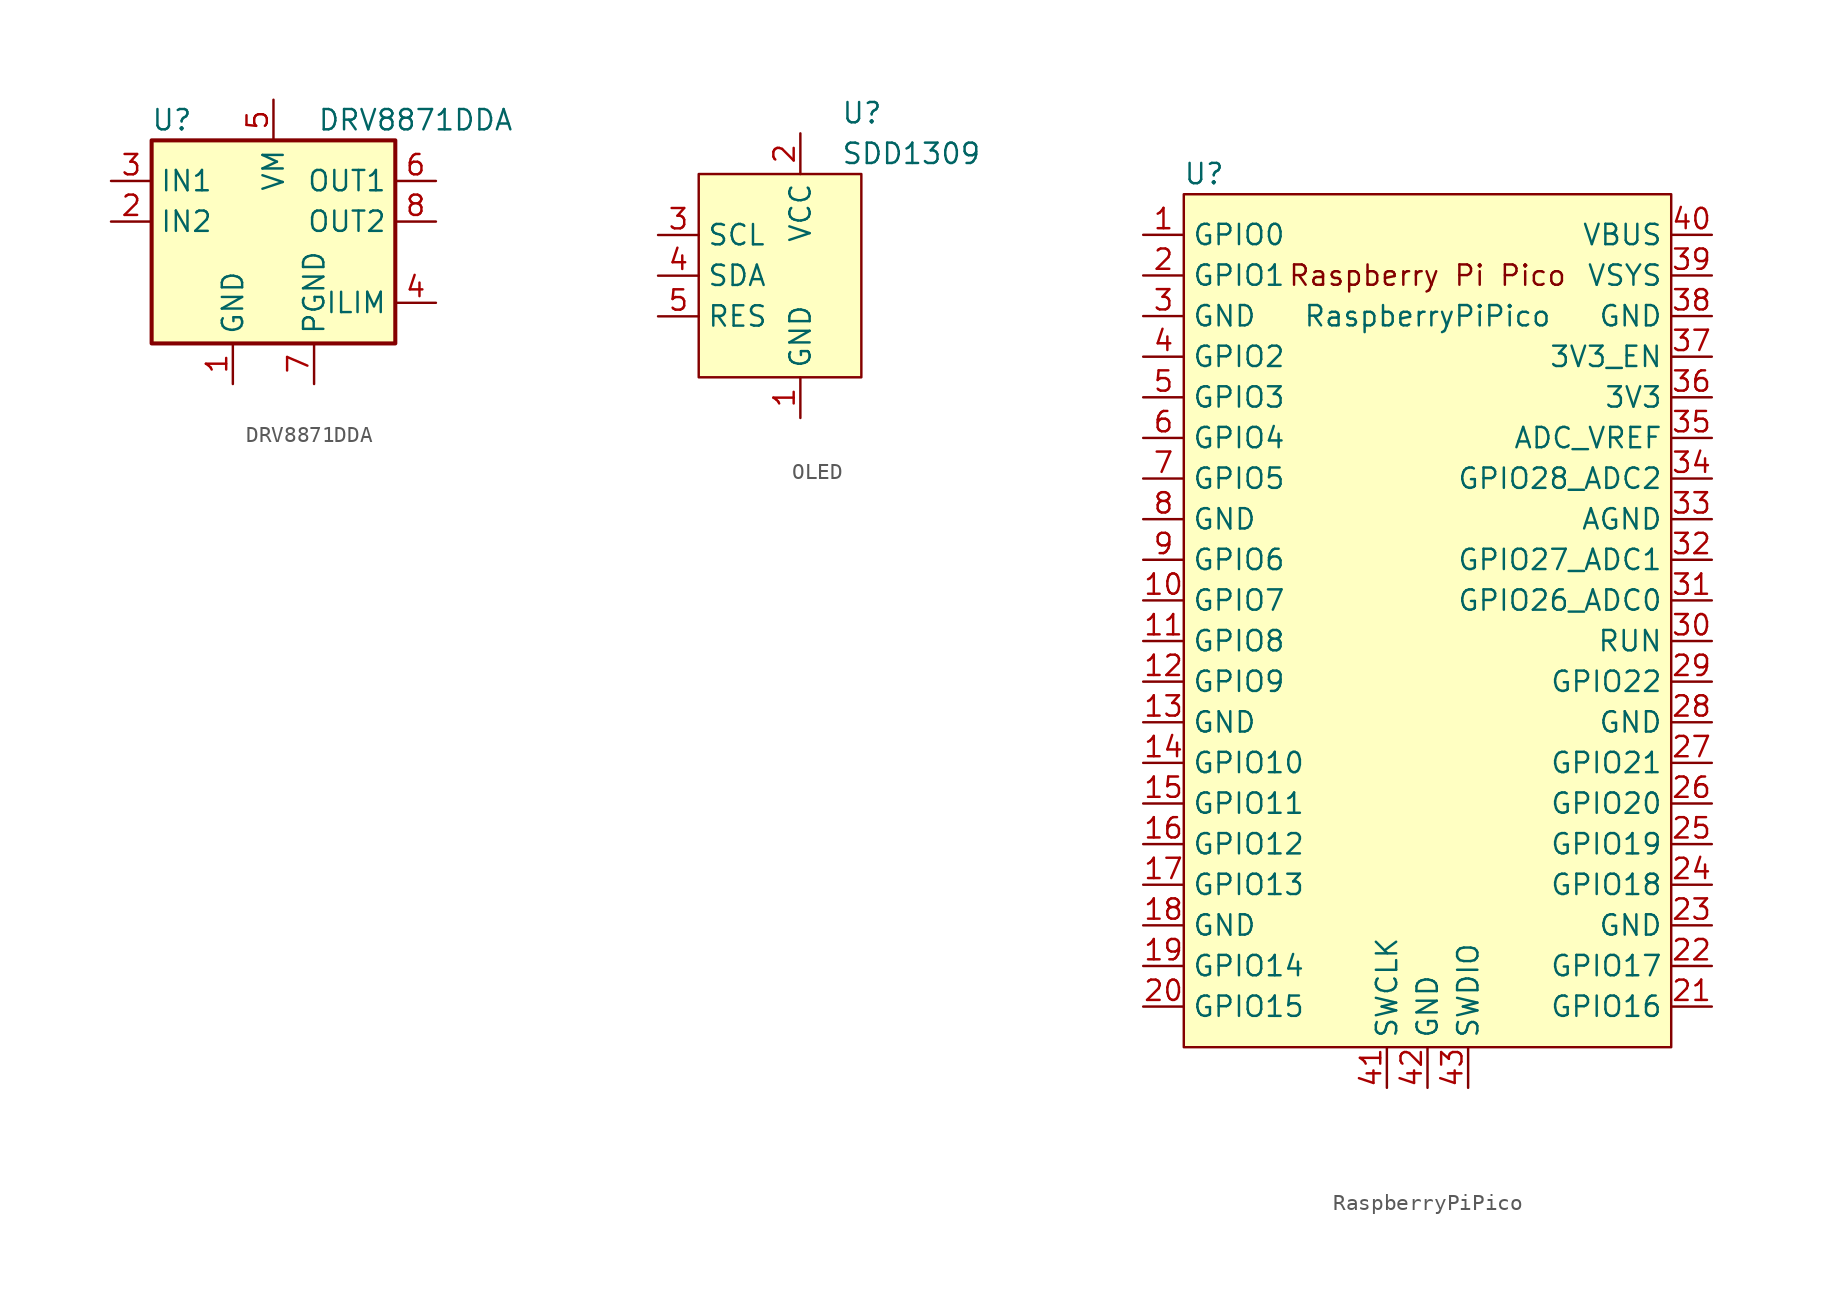
<source format=kicad_sym>
(kicad_symbol_lib
  (version 20220914)
  (generator kicad_symbol_editor)
  (symbol "DRV8871DDA"
    (property "Reference" "U"
      (at -6.35 6.35 0)
      (effects (font (size 1.27 1.27))))
    (property "Value" "DRV8871DDA"
      (at 8.89 6.35 0)
      (effects (font (size 1.27 1.27))))
    (symbol "DRV8871DDA_0_1"
      (rectangle (start -7.62 5.08) (end 7.62 -7.62) (stroke (width 0.254) (type solid)) (fill (type background))))
    (symbol "DRV8871DDA_1_1"
      (pin power_in line (at -2.54 -10.16 90) (length 2.54) (name "GND" (effects (font (size 1.27 1.27)))) (number "1" (effects (font (size 1.27 1.27)))))
      (pin input line (at -10.16 0 0) (length 2.54) (name "IN2" (effects (font (size 1.27 1.27)))) (number "2" (effects (font (size 1.27 1.27)))))
      (pin input line (at -10.16 2.54 0) (length 2.54) (name "IN1" (effects (font (size 1.27 1.27)))) (number "3" (effects (font (size 1.27 1.27)))))
      (pin passive line (at 10.16 -5.08 180) (length 2.54) (name "ILIM" (effects (font (size 1.27 1.27)))) (number "4" (effects (font (size 1.27 1.27)))))
      (pin power_in line (at 0 7.62 270) (length 2.54) (name "VM" (effects (font (size 1.27 1.27)))) (number "5" (effects (font (size 1.27 1.27)))))
      (pin output line (at 10.16 2.54 180) (length 2.54) (name "OUT1" (effects (font (size 1.27 1.27)))) (number "6" (effects (font (size 1.27 1.27)))))
      (pin passive line (at 2.54 -10.16 90) (length 2.54) (name "PGND" (effects (font (size 1.27 1.27)))) (number "7" (effects (font (size 1.27 1.27)))))
      (pin output line (at 10.16 0 180) (length 2.54) (name "OUT2" (effects (font (size 1.27 1.27)))) (number "8" (effects (font (size 1.27 1.27)))))
      (pin passive line (at -2.54 -10.16 90) (length 2.54) hide (name "GND" (effects (font (size 1.27 1.27)))) (number "9" (effects (font (size 1.27 1.27)))))))
  (symbol "OLED"
    (property "Reference" "U"
      (at 3.81 10.16 0)
      (effects (font (size 1.27 1.27)) (justify left)))
    (property "Value" "SDD1309"
      (at 3.81 7.62 0)
      (effects (font (size 1.27 1.27)) (justify left)))
    (symbol "OLED_1_1"
      (rectangle (start -5.08 6.35) (end 5.08 -6.35) (stroke (width 0) (type default)) (fill (type background)))
      (pin power_in line (at 1.27 -8.89 90) (length 2.54) (name "GND" (effects (font (size 1.27 1.27)))) (number "1" (effects (font (size 1.27 1.27)))))
      (pin power_in line (at 1.27 8.89 270) (length 2.54) (name "VCC" (effects (font (size 1.27 1.27)))) (number "2" (effects (font (size 1.27 1.27)))))
      (pin input line (at -7.62 2.54 0) (length 2.54) (name "SCL" (effects (font (size 1.27 1.27)))) (number "3" (effects (font (size 1.27 1.27)))))
      (pin input line (at -7.62 0 0) (length 2.54) (name "SDA" (effects (font (size 1.27 1.27)))) (number "4" (effects (font (size 1.27 1.27)))))
      (pin input line (at -7.62 -2.54 0) (length 2.54) (name "RES" (effects (font (size 1.27 1.27)))) (number "5" (effects (font (size 1.27 1.27)))))))
  (symbol "RaspberryPiPico"
    (property "Reference" "U"
      (at -13.97 27.94 0)
      (effects (font (size 1.27 1.27))))
    (property "Value" "RaspberryPiPico"
      (at 0 19.05 0)
      (effects (font (size 1.27 1.27))))
    (symbol "RaspberryPiPico_0_0"
      (text "Raspberry Pi Pico" (at 0 21.59 0) (effects (font (size 1.27 1.27)))))
    (symbol "RaspberryPiPico_0_1"
      (rectangle (start -15.24 26.67) (end 15.24 -26.67) (stroke (width 0) (type default)) (fill (type background))))
    (symbol "RaspberryPiPico_1_1"
      (pin bidirectional line (at -17.78 24.13 0) (length 2.54) (name "GPIO0" (effects (font (size 1.27 1.27)))) (number "1" (effects (font (size 1.27 1.27)))))
      (pin bidirectional line (at -17.78 1.27 0) (length 2.54) (name "GPIO7" (effects (font (size 1.27 1.27)))) (number "10" (effects (font (size 1.27 1.27)))))
      (pin bidirectional line (at -17.78 -1.27 0) (length 2.54) (name "GPIO8" (effects (font (size 1.27 1.27)))) (number "11" (effects (font (size 1.27 1.27)))))
      (pin bidirectional line (at -17.78 -3.81 0) (length 2.54) (name "GPIO9" (effects (font (size 1.27 1.27)))) (number "12" (effects (font (size 1.27 1.27)))))
      (pin power_in line (at -17.78 -6.35 0) (length 2.54) (name "GND" (effects (font (size 1.27 1.27)))) (number "13" (effects (font (size 1.27 1.27)))))
      (pin bidirectional line (at -17.78 -8.89 0) (length 2.54) (name "GPIO10" (effects (font (size 1.27 1.27)))) (number "14" (effects (font (size 1.27 1.27)))))
      (pin bidirectional line (at -17.78 -11.43 0) (length 2.54) (name "GPIO11" (effects (font (size 1.27 1.27)))) (number "15" (effects (font (size 1.27 1.27)))))
      (pin bidirectional line (at -17.78 -13.97 0) (length 2.54) (name "GPIO12" (effects (font (size 1.27 1.27)))) (number "16" (effects (font (size 1.27 1.27)))))
      (pin bidirectional line (at -17.78 -16.51 0) (length 2.54) (name "GPIO13" (effects (font (size 1.27 1.27)))) (number "17" (effects (font (size 1.27 1.27)))))
      (pin power_in line (at -17.78 -19.05 0) (length 2.54) (name "GND" (effects (font (size 1.27 1.27)))) (number "18" (effects (font (size 1.27 1.27)))))
      (pin bidirectional line (at -17.78 -21.59 0) (length 2.54) (name "GPIO14" (effects (font (size 1.27 1.27)))) (number "19" (effects (font (size 1.27 1.27)))))
      (pin bidirectional line (at -17.78 21.59 0) (length 2.54) (name "GPIO1" (effects (font (size 1.27 1.27)))) (number "2" (effects (font (size 1.27 1.27)))))
      (pin bidirectional line (at -17.78 -24.13 0) (length 2.54) (name "GPIO15" (effects (font (size 1.27 1.27)))) (number "20" (effects (font (size 1.27 1.27)))))
      (pin bidirectional line (at 17.78 -24.13 180) (length 2.54) (name "GPIO16" (effects (font (size 1.27 1.27)))) (number "21" (effects (font (size 1.27 1.27)))))
      (pin bidirectional line (at 17.78 -21.59 180) (length 2.54) (name "GPIO17" (effects (font (size 1.27 1.27)))) (number "22" (effects (font (size 1.27 1.27)))))
      (pin power_in line (at 17.78 -19.05 180) (length 2.54) (name "GND" (effects (font (size 1.27 1.27)))) (number "23" (effects (font (size 1.27 1.27)))))
      (pin bidirectional line (at 17.78 -16.51 180) (length 2.54) (name "GPIO18" (effects (font (size 1.27 1.27)))) (number "24" (effects (font (size 1.27 1.27)))))
      (pin bidirectional line (at 17.78 -13.97 180) (length 2.54) (name "GPIO19" (effects (font (size 1.27 1.27)))) (number "25" (effects (font (size 1.27 1.27)))))
      (pin bidirectional line (at 17.78 -11.43 180) (length 2.54) (name "GPIO20" (effects (font (size 1.27 1.27)))) (number "26" (effects (font (size 1.27 1.27)))))
      (pin bidirectional line (at 17.78 -8.89 180) (length 2.54) (name "GPIO21" (effects (font (size 1.27 1.27)))) (number "27" (effects (font (size 1.27 1.27)))))
      (pin power_in line (at 17.78 -6.35 180) (length 2.54) (name "GND" (effects (font (size 1.27 1.27)))) (number "28" (effects (font (size 1.27 1.27)))))
      (pin bidirectional line (at 17.78 -3.81 180) (length 2.54) (name "GPIO22" (effects (font (size 1.27 1.27)))) (number "29" (effects (font (size 1.27 1.27)))))
      (pin power_in line (at -17.78 19.05 0) (length 2.54) (name "GND" (effects (font (size 1.27 1.27)))) (number "3" (effects (font (size 1.27 1.27)))))
      (pin input line (at 17.78 -1.27 180) (length 2.54) (name "RUN" (effects (font (size 1.27 1.27)))) (number "30" (effects (font (size 1.27 1.27)))))
      (pin bidirectional line (at 17.78 1.27 180) (length 2.54) (name "GPIO26_ADC0" (effects (font (size 1.27 1.27)))) (number "31" (effects (font (size 1.27 1.27)))))
      (pin bidirectional line (at 17.78 3.81 180) (length 2.54) (name "GPIO27_ADC1" (effects (font (size 1.27 1.27)))) (number "32" (effects (font (size 1.27 1.27)))))
      (pin power_in line (at 17.78 6.35 180) (length 2.54) (name "AGND" (effects (font (size 1.27 1.27)))) (number "33" (effects (font (size 1.27 1.27)))))
      (pin bidirectional line (at 17.78 8.89 180) (length 2.54) (name "GPIO28_ADC2" (effects (font (size 1.27 1.27)))) (number "34" (effects (font (size 1.27 1.27)))))
      (pin power_in line (at 17.78 11.43 180) (length 2.54) (name "ADC_VREF" (effects (font (size 1.27 1.27)))) (number "35" (effects (font (size 1.27 1.27)))))
      (pin power_out line (at 17.78 13.97 180) (length 2.54) (name "3V3" (effects (font (size 1.27 1.27)))) (number "36" (effects (font (size 1.27 1.27)))))
      (pin input line (at 17.78 16.51 180) (length 2.54) (name "3V3_EN" (effects (font (size 1.27 1.27)))) (number "37" (effects (font (size 1.27 1.27)))))
      (pin power_in line (at 17.78 19.05 180) (length 2.54) (name "GND" (effects (font (size 1.27 1.27)))) (number "38" (effects (font (size 1.27 1.27)))))
      (pin power_in line (at 17.78 21.59 180) (length 2.54) (name "VSYS" (effects (font (size 1.27 1.27)))) (number "39" (effects (font (size 1.27 1.27)))))
      (pin bidirectional line (at -17.78 16.51 0) (length 2.54) (name "GPIO2" (effects (font (size 1.27 1.27)))) (number "4" (effects (font (size 1.27 1.27)))))
      (pin power_in line (at 17.78 24.13 180) (length 2.54) (name "VBUS" (effects (font (size 1.27 1.27)))) (number "40" (effects (font (size 1.27 1.27)))))
      (pin input line (at -2.54 -29.21 90) (length 2.54) (name "SWCLK" (effects (font (size 1.27 1.27)))) (number "41" (effects (font (size 1.27 1.27)))))
      (pin power_in line (at 0 -29.21 90) (length 2.54) (name "GND" (effects (font (size 1.27 1.27)))) (number "42" (effects (font (size 1.27 1.27)))))
      (pin bidirectional line (at 2.54 -29.21 90) (length 2.54) (name "SWDIO" (effects (font (size 1.27 1.27)))) (number "43" (effects (font (size 1.27 1.27)))))
      (pin bidirectional line (at -17.78 13.97 0) (length 2.54) (name "GPIO3" (effects (font (size 1.27 1.27)))) (number "5" (effects (font (size 1.27 1.27)))))
      (pin bidirectional line (at -17.78 11.43 0) (length 2.54) (name "GPIO4" (effects (font (size 1.27 1.27)))) (number "6" (effects (font (size 1.27 1.27)))))
      (pin bidirectional line (at -17.78 8.89 0) (length 2.54) (name "GPIO5" (effects (font (size 1.27 1.27)))) (number "7" (effects (font (size 1.27 1.27)))))
      (pin power_in line (at -17.78 6.35 0) (length 2.54) (name "GND" (effects (font (size 1.27 1.27)))) (number "8" (effects (font (size 1.27 1.27)))))
      (pin bidirectional line (at -17.78 3.81 0) (length 2.54) (name "GPIO6" (effects (font (size 1.27 1.27)))) (number "9" (effects (font (size 1.27 1.27))))))))
</source>
